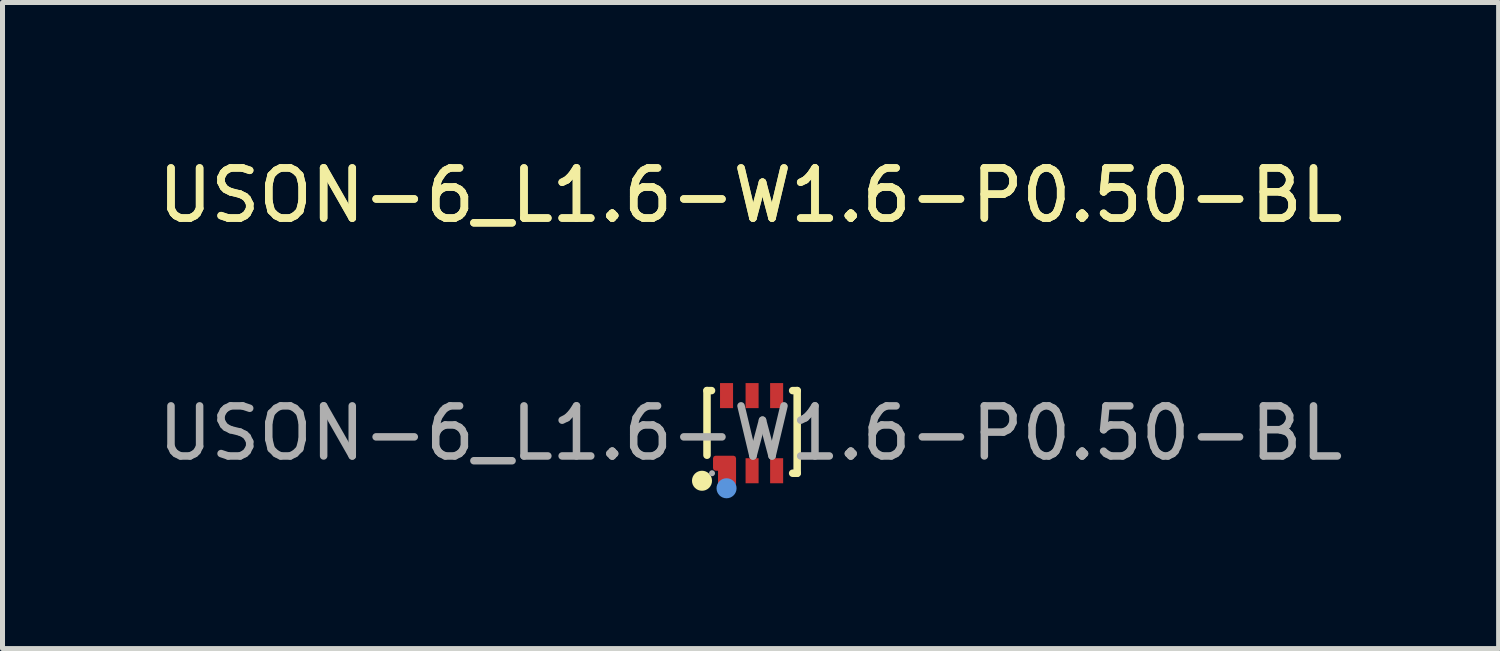
<source format=kicad_pcb>
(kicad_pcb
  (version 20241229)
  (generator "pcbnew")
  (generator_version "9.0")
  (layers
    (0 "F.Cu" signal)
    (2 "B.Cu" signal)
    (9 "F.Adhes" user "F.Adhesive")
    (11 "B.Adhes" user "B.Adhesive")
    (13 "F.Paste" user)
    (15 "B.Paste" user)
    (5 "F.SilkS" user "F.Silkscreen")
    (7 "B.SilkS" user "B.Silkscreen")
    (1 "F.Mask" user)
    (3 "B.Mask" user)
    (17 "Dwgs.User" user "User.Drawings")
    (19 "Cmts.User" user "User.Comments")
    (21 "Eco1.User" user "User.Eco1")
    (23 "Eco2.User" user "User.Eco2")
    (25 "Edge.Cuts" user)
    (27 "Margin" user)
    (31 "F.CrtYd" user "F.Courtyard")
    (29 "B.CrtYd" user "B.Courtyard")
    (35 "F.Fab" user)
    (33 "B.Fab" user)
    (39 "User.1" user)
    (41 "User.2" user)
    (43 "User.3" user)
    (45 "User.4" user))
  (footprint "USON-6_L1.6-W1.6-P0.50-BL"
    (layer "F.Cu")
    (at 11.935 5.598)
    (property "Reference" "USON-6_L1.6-W1.6-P0.50-BL" (at 0 -4.75 0) (layer "F.SilkS") (effects (font (size 1 1) (thickness 0.15))))
    (attr smd)
    (fp_line (start -0.87 -0.85) (end -0.78 -0.85) (stroke (width 0.15) (type solid)) (layer "F.SilkS"))
    (fp_line (start -0.87 0.44) (end -0.87 -0.85) (stroke (width 0.15) (type solid)) (layer "F.SilkS"))
    (fp_line (start 0.84 -0.85) (end 0.93 -0.85) (stroke (width 0.15) (type solid)) (layer "F.SilkS"))
    (fp_line (start 0.93 -0.85) (end 0.93 0.8) (stroke (width 0.15) (type solid)) (layer "F.SilkS"))
    (fp_line (start 0.93 0.8) (end 0.84 0.8) (stroke (width 0.15) (type solid)) (layer "F.SilkS"))
    (fp_circle (center -0.97 0.95) (end -0.87 0.95) (stroke (width 0.2) (type solid)) (fill no) (layer "F.SilkS"))
    (fp_circle (center -0.48 1.1) (end -0.38 1.1) (stroke (width 0.2) (type solid)) (fill no) (layer "Cmts.User"))
    (fp_circle (center -0.77 0.8) (end -0.74 0.8) (stroke (width 0.06) (type solid)) (fill no) (layer "F.Fab"))
    (fp_text user "${REFERENCE}" (at 0 -4.75 0) (layer "F.SilkS") (effects (font (size 1 1) (thickness 0.15))))
    (fp_text user "${REFERENCE}" (at 0 0 0) (layer "F.Fab") (effects (font (size 1 1) (thickness 0.15))))
    (pad "1" smd custom (at -0.53 0.75) (size 0.01 0.01) (layers "F.Cu" "F.Mask" "F.Paste") (options (anchor circle)) (primitives (gr_poly (pts (xy 0.19 0.25) (xy 0.19 -0.25) (xy -0.17 -0.25) (xy -0.17 -0.05) (xy -0.07 -0.05) (xy -0.07 0.25)) (width 0.1) (fill yes))))
    (pad "2" smd rect (at 0.03 0.75 180) (size 0.26 0.5) (layers "F.Cu" "F.Mask" "F.Paste"))
    (pad "3" smd rect (at 0.52 0.75 180) (size 0.26 0.5) (layers "F.Cu" "F.Mask" "F.Paste"))
    (pad "4" smd rect (at 0.52 -0.75 180) (size 0.26 0.5) (layers "F.Cu" "F.Mask" "F.Paste"))
    (pad "5" smd rect (at 0.03 -0.75 180) (size 0.26 0.5) (layers "F.Cu" "F.Mask" "F.Paste"))
    (pad "6" smd rect (at -0.48 -0.75 180) (size 0.26 0.5) (layers "F.Cu" "F.Mask" "F.Paste")))
  (gr_rect
    (start -3 -3)
    (end 26.869 9.898)
    (stroke (width 0.1) (type default))
    (fill no)
    (layer "Edge.Cuts")))
</source>
